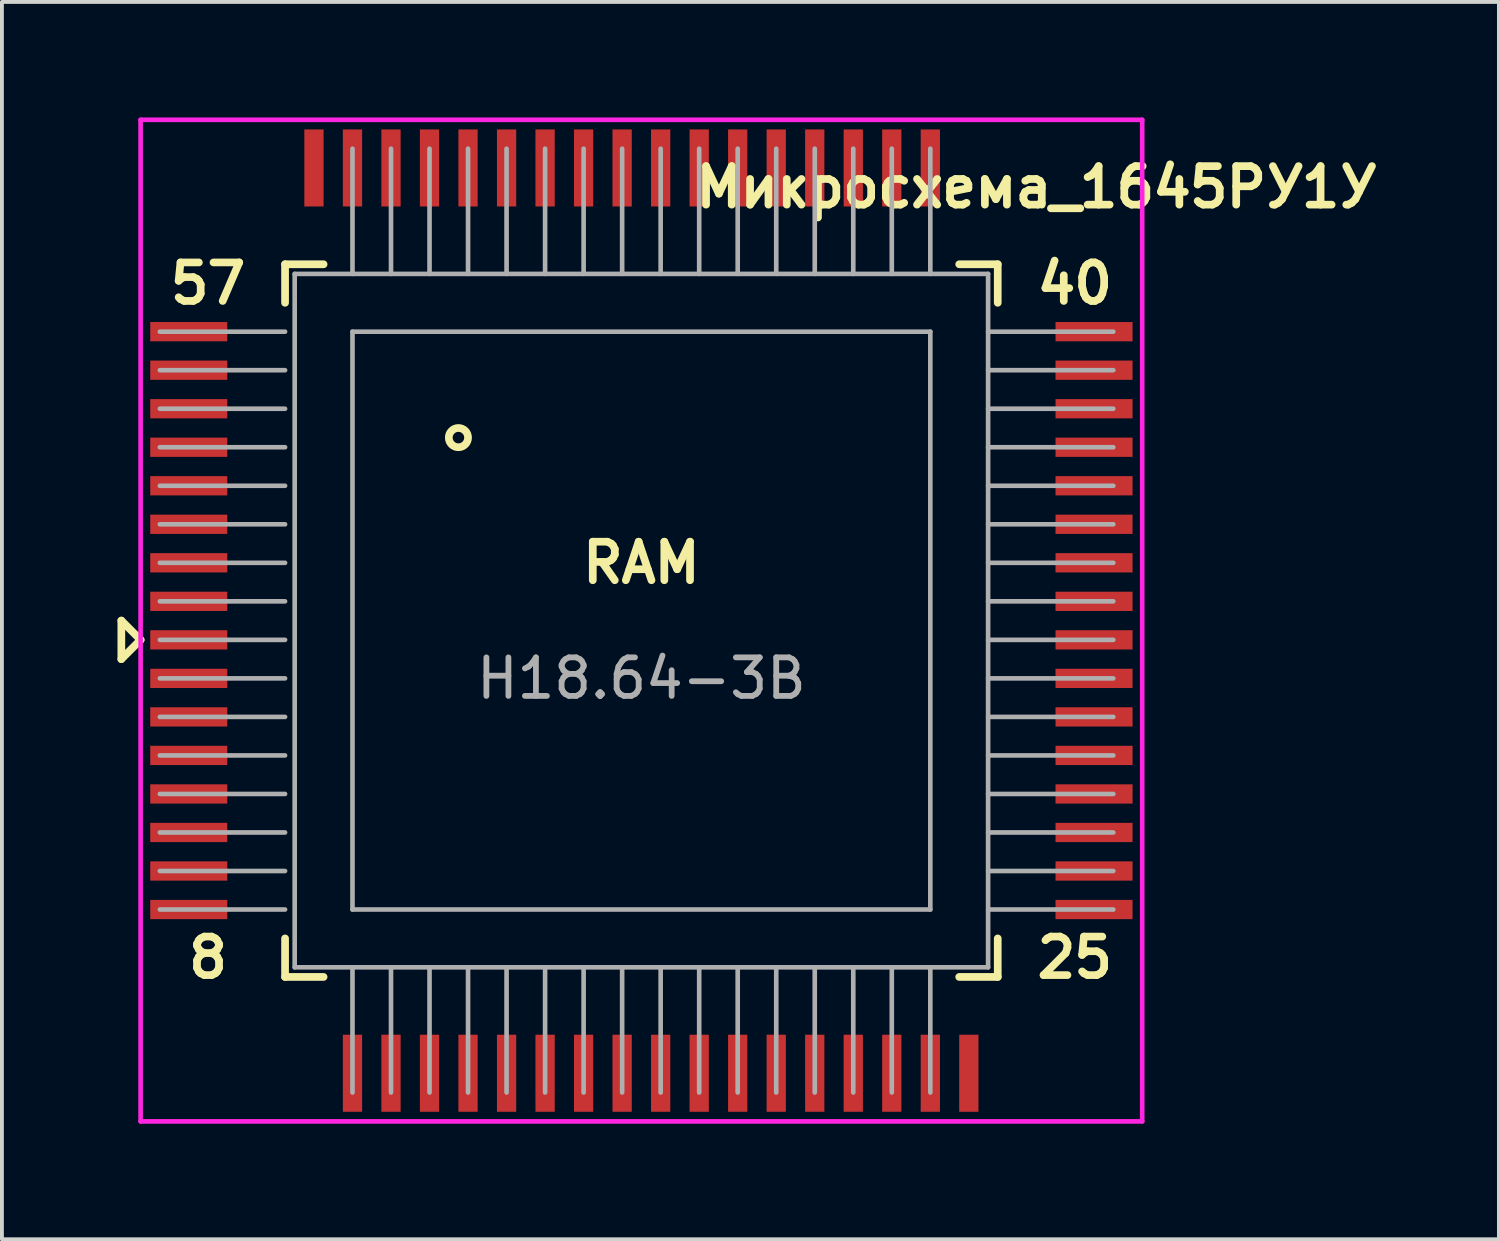
<source format=kicad_pcb>
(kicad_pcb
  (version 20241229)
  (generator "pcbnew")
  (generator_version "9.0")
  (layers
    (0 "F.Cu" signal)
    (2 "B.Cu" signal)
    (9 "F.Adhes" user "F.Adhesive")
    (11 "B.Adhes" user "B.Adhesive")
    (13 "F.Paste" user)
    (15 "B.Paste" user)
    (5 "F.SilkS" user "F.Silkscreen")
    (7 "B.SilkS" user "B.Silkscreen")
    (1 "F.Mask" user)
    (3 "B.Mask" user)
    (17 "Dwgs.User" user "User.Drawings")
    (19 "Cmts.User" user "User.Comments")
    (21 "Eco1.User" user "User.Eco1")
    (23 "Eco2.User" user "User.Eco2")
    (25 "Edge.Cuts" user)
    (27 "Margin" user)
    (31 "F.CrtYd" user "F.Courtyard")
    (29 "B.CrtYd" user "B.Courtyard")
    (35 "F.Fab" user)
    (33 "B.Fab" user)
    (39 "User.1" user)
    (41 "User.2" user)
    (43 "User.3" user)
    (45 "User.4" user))
  (footprint "Микросхема_1645РУ1У"
    (layer "F.Cu")
    (at 13.6 13.06)
    (property "Reference" "Микросхема_1645РУ1У" (at 10.25 -11.25 0) (layer "F.SilkS") (effects (font (size 1 1) (thickness 0.2))))
    (attr through_hole)
    (fp_line (start -13.5 1) (end -13.5 0) (stroke (width 0.2) (type solid)) (layer "F.SilkS"))
    (fp_line (start -13 0.5) (end -13.5 0) (stroke (width 0.2) (type solid)) (layer "F.SilkS"))
    (fp_line (start -13 0.5) (end -13.5 1) (stroke (width 0.2) (type solid)) (layer "F.SilkS"))
    (fp_line (start -9.25 -9.25) (end -8.25 -9.25) (stroke (width 0.2) (type solid)) (layer "F.SilkS"))
    (fp_line (start -9.25 -8.25) (end -9.25 -9.25) (stroke (width 0.2) (type solid)) (layer "F.SilkS"))
    (fp_line (start -9.25 9.25) (end -9.25 8.25) (stroke (width 0.2) (type solid)) (layer "F.SilkS"))
    (fp_line (start -9.25 9.25) (end -8.25 9.25) (stroke (width 0.2) (type solid)) (layer "F.SilkS"))
    (fp_line (start 9.25 -9.25) (end 8.25 -9.25) (stroke (width 0.2) (type solid)) (layer "F.SilkS"))
    (fp_line (start 9.25 -9.25) (end 9.25 -8.25) (stroke (width 0.2) (type solid)) (layer "F.SilkS"))
    (fp_line (start 9.25 9.25) (end 8.25 9.25) (stroke (width 0.2) (type solid)) (layer "F.SilkS"))
    (fp_line (start 9.25 9.25) (end 9.25 8.25) (stroke (width 0.2) (type solid)) (layer "F.SilkS"))
    (fp_circle (center -4.75 -4.75) (end -4.5 -4.75) (stroke (width 0.2) (type solid)) (fill no) (layer "F.SilkS"))
    (fp_line (start -13 -13) (end 13 -13) (stroke (width 0.12) (type solid)) (layer "F.CrtYd"))
    (fp_line (start -13 13) (end -13 -13) (stroke (width 0.12) (type solid)) (layer "F.CrtYd"))
    (fp_line (start 13 -13) (end 13 13) (stroke (width 0.12) (type solid)) (layer "F.CrtYd"))
    (fp_line (start 13 13) (end -13 13) (stroke (width 0.12) (type solid)) (layer "F.CrtYd"))
    (fp_line (start -12.5 -7.5) (end -9.25 -7.5) (stroke (width 0.12) (type solid)) (layer "F.Fab"))
    (fp_line (start -12.5 -6.5) (end -9.25 -6.5) (stroke (width 0.12) (type solid)) (layer "F.Fab"))
    (fp_line (start -12.5 -5.5) (end -9.25 -5.5) (stroke (width 0.12) (type solid)) (layer "F.Fab"))
    (fp_line (start -12.5 -4.5) (end -9.25 -4.5) (stroke (width 0.12) (type solid)) (layer "F.Fab"))
    (fp_line (start -12.5 -3.5) (end -9.25 -3.5) (stroke (width 0.12) (type solid)) (layer "F.Fab"))
    (fp_line (start -12.5 -2.5) (end -9.25 -2.5) (stroke (width 0.12) (type solid)) (layer "F.Fab"))
    (fp_line (start -12.5 -1.5) (end -9.25 -1.5) (stroke (width 0.12) (type solid)) (layer "F.Fab"))
    (fp_line (start -12.5 -0.5) (end -9.25 -0.5) (stroke (width 0.12) (type solid)) (layer "F.Fab"))
    (fp_line (start -12.5 0.5) (end -9.25 0.5) (stroke (width 0.12) (type solid)) (layer "F.Fab"))
    (fp_line (start -12.5 1.5) (end -9.25 1.5) (stroke (width 0.12) (type solid)) (layer "F.Fab"))
    (fp_line (start -12.5 2.5) (end -9.25 2.5) (stroke (width 0.12) (type solid)) (layer "F.Fab"))
    (fp_line (start -12.5 3.5) (end -9.25 3.5) (stroke (width 0.12) (type solid)) (layer "F.Fab"))
    (fp_line (start -12.5 4.5) (end -9.25 4.5) (stroke (width 0.12) (type solid)) (layer "F.Fab"))
    (fp_line (start -12.5 5.5) (end -9.25 5.5) (stroke (width 0.12) (type solid)) (layer "F.Fab"))
    (fp_line (start -12.5 6.5) (end -9.25 6.5) (stroke (width 0.12) (type solid)) (layer "F.Fab"))
    (fp_line (start -12.5 7.5) (end -9.25 7.5) (stroke (width 0.12) (type solid)) (layer "F.Fab"))
    (fp_line (start -9 -9) (end 9 -9) (stroke (width 0.12) (type solid)) (layer "F.Fab"))
    (fp_line (start -9 9) (end -9 -9) (stroke (width 0.12) (type solid)) (layer "F.Fab"))
    (fp_line (start -7.5 -12.25) (end -7.5 -9) (stroke (width 0.12) (type solid)) (layer "F.Fab"))
    (fp_line (start -7.5 -7.5) (end 7.5 -7.5) (stroke (width 0.12) (type solid)) (layer "F.Fab"))
    (fp_line (start -7.5 7.5) (end -7.5 -7.5) (stroke (width 0.12) (type solid)) (layer "F.Fab"))
    (fp_line (start -7.5 12.25) (end -7.5 9) (stroke (width 0.12) (type solid)) (layer "F.Fab"))
    (fp_line (start -6.5 -12.25) (end -6.5 -9) (stroke (width 0.12) (type solid)) (layer "F.Fab"))
    (fp_line (start -6.5 12.25) (end -6.5 9) (stroke (width 0.12) (type solid)) (layer "F.Fab"))
    (fp_line (start -5.5 -12.25) (end -5.5 -9) (stroke (width 0.12) (type solid)) (layer "F.Fab"))
    (fp_line (start -5.5 12.25) (end -5.5 9) (stroke (width 0.12) (type solid)) (layer "F.Fab"))
    (fp_line (start -4.5 -12.25) (end -4.5 -9) (stroke (width 0.12) (type solid)) (layer "F.Fab"))
    (fp_line (start -4.5 12.25) (end -4.5 9) (stroke (width 0.12) (type solid)) (layer "F.Fab"))
    (fp_line (start -3.5 -12.25) (end -3.5 -9) (stroke (width 0.12) (type solid)) (layer "F.Fab"))
    (fp_line (start -3.5 12.25) (end -3.5 9) (stroke (width 0.12) (type solid)) (layer "F.Fab"))
    (fp_line (start -2.5 -12.25) (end -2.5 -9) (stroke (width 0.12) (type solid)) (layer "F.Fab"))
    (fp_line (start -2.5 12.25) (end -2.5 9) (stroke (width 0.12) (type solid)) (layer "F.Fab"))
    (fp_line (start -1.5 -12.25) (end -1.5 -9) (stroke (width 0.12) (type solid)) (layer "F.Fab"))
    (fp_line (start -1.5 12.25) (end -1.5 9) (stroke (width 0.12) (type solid)) (layer "F.Fab"))
    (fp_line (start -0.5 -12.25) (end -0.5 -9) (stroke (width 0.12) (type solid)) (layer "F.Fab"))
    (fp_line (start -0.5 12.25) (end -0.5 9) (stroke (width 0.12) (type solid)) (layer "F.Fab"))
    (fp_line (start 0.5 -12.25) (end 0.5 -9) (stroke (width 0.12) (type solid)) (layer "F.Fab"))
    (fp_line (start 0.5 12.25) (end 0.5 9) (stroke (width 0.12) (type solid)) (layer "F.Fab"))
    (fp_line (start 1.5 -12.25) (end 1.5 -9) (stroke (width 0.12) (type solid)) (layer "F.Fab"))
    (fp_line (start 1.5 12.25) (end 1.5 9) (stroke (width 0.12) (type solid)) (layer "F.Fab"))
    (fp_line (start 2.5 -12.25) (end 2.5 -9) (stroke (width 0.12) (type solid)) (layer "F.Fab"))
    (fp_line (start 2.5 12.25) (end 2.5 9) (stroke (width 0.12) (type solid)) (layer "F.Fab"))
    (fp_line (start 3.5 -12.25) (end 3.5 -9) (stroke (width 0.12) (type solid)) (layer "F.Fab"))
    (fp_line (start 3.5 12.25) (end 3.5 9) (stroke (width 0.12) (type solid)) (layer "F.Fab"))
    (fp_line (start 4.5 -12.25) (end 4.5 -9) (stroke (width 0.12) (type solid)) (layer "F.Fab"))
    (fp_line (start 4.5 12.25) (end 4.5 9) (stroke (width 0.12) (type solid)) (layer "F.Fab"))
    (fp_line (start 5.5 -12.25) (end 5.5 -9) (stroke (width 0.12) (type solid)) (layer "F.Fab"))
    (fp_line (start 5.5 12.25) (end 5.5 9) (stroke (width 0.12) (type solid)) (layer "F.Fab"))
    (fp_line (start 6.5 -12.25) (end 6.5 -9) (stroke (width 0.12) (type solid)) (layer "F.Fab"))
    (fp_line (start 6.5 12.25) (end 6.5 9) (stroke (width 0.12) (type solid)) (layer "F.Fab"))
    (fp_line (start 7.5 -12.25) (end 7.5 -9) (stroke (width 0.12) (type solid)) (layer "F.Fab"))
    (fp_line (start 7.5 -7.5) (end 7.5 7.5) (stroke (width 0.12) (type solid)) (layer "F.Fab"))
    (fp_line (start 7.5 7.5) (end -7.5 7.5) (stroke (width 0.12) (type solid)) (layer "F.Fab"))
    (fp_line (start 7.5 12.25) (end 7.5 9) (stroke (width 0.12) (type solid)) (layer "F.Fab"))
    (fp_line (start 9 -9) (end 9 9) (stroke (width 0.12) (type solid)) (layer "F.Fab"))
    (fp_line (start 9 9) (end -9 9) (stroke (width 0.12) (type solid)) (layer "F.Fab"))
    (fp_line (start 12.25 -7.5) (end 9 -7.5) (stroke (width 0.12) (type solid)) (layer "F.Fab"))
    (fp_line (start 12.25 -6.5) (end 9 -6.5) (stroke (width 0.12) (type solid)) (layer "F.Fab"))
    (fp_line (start 12.25 -5.5) (end 9 -5.5) (stroke (width 0.12) (type solid)) (layer "F.Fab"))
    (fp_line (start 12.25 -4.5) (end 9 -4.5) (stroke (width 0.12) (type solid)) (layer "F.Fab"))
    (fp_line (start 12.25 -3.5) (end 9 -3.5) (stroke (width 0.12) (type solid)) (layer "F.Fab"))
    (fp_line (start 12.25 -2.5) (end 9 -2.5) (stroke (width 0.12) (type solid)) (layer "F.Fab"))
    (fp_line (start 12.25 -1.5) (end 9 -1.5) (stroke (width 0.12) (type solid)) (layer "F.Fab"))
    (fp_line (start 12.25 -0.5) (end 9 -0.5) (stroke (width 0.12) (type solid)) (layer "F.Fab"))
    (fp_line (start 12.25 0.5) (end 9 0.5) (stroke (width 0.12) (type solid)) (layer "F.Fab"))
    (fp_line (start 12.25 1.5) (end 9 1.5) (stroke (width 0.12) (type solid)) (layer "F.Fab"))
    (fp_line (start 12.25 2.5) (end 9 2.5) (stroke (width 0.12) (type solid)) (layer "F.Fab"))
    (fp_line (start 12.25 3.5) (end 9 3.5) (stroke (width 0.12) (type solid)) (layer "F.Fab"))
    (fp_line (start 12.25 4.5) (end 9 4.5) (stroke (width 0.12) (type solid)) (layer "F.Fab"))
    (fp_line (start 12.25 5.5) (end 9 5.5) (stroke (width 0.12) (type solid)) (layer "F.Fab"))
    (fp_line (start 12.25 6.5) (end 9 6.5) (stroke (width 0.12) (type solid)) (layer "F.Fab"))
    (fp_line (start 12.25 7.5) (end 9 7.5) (stroke (width 0.12) (type solid)) (layer "F.Fab"))
    (fp_text user "57" (at -11.25 -8.75 0) (layer "F.SilkS") (effects (font (size 1 1) (thickness 0.2))))
    (fp_text user "8" (at -11.25 8.75 0) (layer "F.SilkS") (effects (font (size 1 1) (thickness 0.2))))
    (fp_text user "40" (at 11.25 -8.75 0) (layer "F.SilkS") (effects (font (size 1 1) (thickness 0.2))))
    (fp_text user "RAM" (at 0 -1.5 0) (layer "F.SilkS") (effects (font (size 1 1) (thickness 0.2))))
    (fp_text user "25" (at 11.25 8.75 0) (layer "F.SilkS") (effects (font (size 1 1) (thickness 0.2))))
    (fp_text user "H18.64-3B" (at 0 1.5 0) (layer "F.Fab") (effects (font (size 1 1) (thickness 0.15))))
    (pad "1" smd rect (at -11.75 0.5) (size 2 0.5) (layers "F.Cu" "F.Mask" "F.Paste"))
    (pad "2" smd rect (at -11.75 1.5) (size 2 0.5) (layers "F.Cu" "F.Mask" "F.Paste"))
    (pad "3" smd rect (at -11.75 2.5) (size 2 0.5) (layers "F.Cu" "F.Mask" "F.Paste"))
    (pad "4" smd rect (at -11.75 3.5) (size 2 0.5) (layers "F.Cu" "F.Mask" "F.Paste"))
    (pad "5" smd rect (at -11.75 4.5) (size 2 0.5) (layers "F.Cu" "F.Mask" "F.Paste"))
    (pad "6" smd rect (at -11.75 5.5) (size 2 0.5) (layers "F.Cu" "F.Mask" "F.Paste"))
    (pad "7" smd rect (at -11.75 6.5) (size 2 0.5) (layers "F.Cu" "F.Mask" "F.Paste"))
    (pad "8" smd rect (at -11.75 7.5) (size 2 0.5) (layers "F.Cu" "F.Mask" "F.Paste"))
    (pad "9" smd rect (at -7.5 11.75) (size 0.5 2) (layers "F.Cu" "F.Mask" "F.Paste"))
    (pad "10" smd rect (at -6.5 11.75) (size 0.5 2) (layers "F.Cu" "F.Mask" "F.Paste"))
    (pad "11" smd rect (at -5.5 11.75) (size 0.5 2) (layers "F.Cu" "F.Mask" "F.Paste"))
    (pad "12" smd rect (at -4.5 11.75) (size 0.5 2) (layers "F.Cu" "F.Mask" "F.Paste"))
    (pad "13" smd rect (at -3.5 11.75) (size 0.5 2) (layers "F.Cu" "F.Mask" "F.Paste"))
    (pad "14" smd rect (at -2.5 11.75) (size 0.5 2) (layers "F.Cu" "F.Mask" "F.Paste"))
    (pad "15" smd rect (at -1.5 11.75) (size 0.5 2) (layers "F.Cu" "F.Mask" "F.Paste"))
    (pad "16" smd rect (at -0.5 11.75) (size 0.5 2) (layers "F.Cu" "F.Mask" "F.Paste"))
    (pad "17" smd rect (at 0.5 11.75) (size 0.5 2) (layers "F.Cu" "F.Mask" "F.Paste"))
    (pad "18" smd rect (at 1.5 11.75) (size 0.5 2) (layers "F.Cu" "F.Mask" "F.Paste"))
    (pad "19" smd rect (at 2.5 11.75) (size 0.5 2) (layers "F.Cu" "F.Mask" "F.Paste"))
    (pad "20" smd rect (at 3.5 11.75) (size 0.5 2) (layers "F.Cu" "F.Mask" "F.Paste"))
    (pad "21" smd rect (at 4.5 11.75) (size 0.5 2) (layers "F.Cu" "F.Mask" "F.Paste"))
    (pad "22" smd rect (at 5.5 11.75) (size 0.5 2) (layers "F.Cu" "F.Mask" "F.Paste"))
    (pad "23" smd rect (at 6.5 11.75) (size 0.5 2) (layers "F.Cu" "F.Mask" "F.Paste"))
    (pad "24" smd rect (at 7.5 11.75) (size 0.5 2) (layers "F.Cu" "F.Mask" "F.Paste"))
    (pad "25" smd rect (at 11.75 7.5) (size 2 0.5) (layers "F.Cu" "F.Mask" "F.Paste"))
    (pad "26" smd rect (at 11.75 6.5) (size 2 0.5) (layers "F.Cu" "F.Mask" "F.Paste"))
    (pad "27" smd rect (at 11.75 5.5) (size 2 0.5) (layers "F.Cu" "F.Mask" "F.Paste"))
    (pad "28" smd rect (at 11.75 4.5) (size 2 0.5) (layers "F.Cu" "F.Mask" "F.Paste"))
    (pad "29" smd rect (at 11.75 3.5) (size 2 0.5) (layers "F.Cu" "F.Mask" "F.Paste"))
    (pad "30" smd rect (at 11.75 2.5) (size 2 0.5) (layers "F.Cu" "F.Mask" "F.Paste"))
    (pad "31" smd rect (at 11.75 1.5) (size 2 0.5) (layers "F.Cu" "F.Mask" "F.Paste"))
    (pad "32" smd rect (at 11.75 0.5) (size 2 0.5) (layers "F.Cu" "F.Mask" "F.Paste"))
    (pad "33" smd rect (at 11.75 -0.5) (size 2 0.5) (layers "F.Cu" "F.Mask" "F.Paste"))
    (pad "34" smd rect (at 11.75 -1.5) (size 2 0.5) (layers "F.Cu" "F.Mask" "F.Paste"))
    (pad "35" smd rect (at 11.75 -2.5) (size 2 0.5) (layers "F.Cu" "F.Mask" "F.Paste"))
    (pad "36" smd rect (at 11.75 -3.5) (size 2 0.5) (layers "F.Cu" "F.Mask" "F.Paste"))
    (pad "37" smd rect (at 11.75 -4.5) (size 2 0.5) (layers "F.Cu" "F.Mask" "F.Paste"))
    (pad "38" smd rect (at 11.75 -5.5) (size 2 0.5) (layers "F.Cu" "F.Mask" "F.Paste"))
    (pad "39" smd rect (at 11.75 -6.5) (size 2 0.5) (layers "F.Cu" "F.Mask" "F.Paste"))
    (pad "40" smd rect (at 11.75 -7.5) (size 2 0.5) (layers "F.Cu" "F.Mask" "F.Paste"))
    (pad "41" smd rect (at 7.5 -11.75) (size 0.5 2) (layers "F.Cu" "F.Mask" "F.Paste"))
    (pad "42" smd rect (at 6.5 -11.75) (size 0.5 2) (layers "F.Cu" "F.Mask" "F.Paste"))
    (pad "43" smd rect (at 5.5 -11.75) (size 0.5 2) (layers "F.Cu" "F.Mask" "F.Paste"))
    (pad "44" smd rect (at 4.5 -11.75) (size 0.5 2) (layers "F.Cu" "F.Mask" "F.Paste"))
    (pad "45" smd rect (at 3.5 -11.75) (size 0.5 2) (layers "F.Cu" "F.Mask" "F.Paste"))
    (pad "46" smd rect (at 2.5 -11.75) (size 0.5 2) (layers "F.Cu" "F.Mask" "F.Paste"))
    (pad "47" smd rect (at 1.5 -11.75) (size 0.5 2) (layers "F.Cu" "F.Mask" "F.Paste"))
    (pad "48" smd rect (at 0.5 -11.75) (size 0.5 2) (layers "F.Cu" "F.Mask" "F.Paste"))
    (pad "49" smd rect (at -0.5 -11.75) (size 0.5 2) (layers "F.Cu" "F.Mask" "F.Paste"))
    (pad "50" smd rect (at -1.5 -11.75) (size 0.5 2) (layers "F.Cu" "F.Mask" "F.Paste"))
    (pad "51" smd rect (at -2.5 -11.75) (size 0.5 2) (layers "F.Cu" "F.Mask" "F.Paste"))
    (pad "52" smd rect (at -3.5 -11.75) (size 0.5 2) (layers "F.Cu" "F.Mask" "F.Paste"))
    (pad "53" smd rect (at -4.5 -11.75) (size 0.5 2) (layers "F.Cu" "F.Mask" "F.Paste"))
    (pad "54" smd rect (at -5.5 -11.75) (size 0.5 2) (layers "F.Cu" "F.Mask" "F.Paste"))
    (pad "55" smd rect (at -6.5 -11.75) (size 0.5 2) (layers "F.Cu" "F.Mask" "F.Paste"))
    (pad "56" smd rect (at -7.5 -11.75) (size 0.5 2) (layers "F.Cu" "F.Mask" "F.Paste"))
    (pad "57" smd rect (at -11.75 -7.5) (size 2 0.5) (layers "F.Cu" "F.Mask" "F.Paste"))
    (pad "58" smd rect (at -11.75 -6.5) (size 2 0.5) (layers "F.Cu" "F.Mask" "F.Paste"))
    (pad "59" smd rect (at -11.75 -5.5) (size 2 0.5) (layers "F.Cu" "F.Mask" "F.Paste"))
    (pad "60" smd rect (at -11.75 -4.5) (size 2 0.5) (layers "F.Cu" "F.Mask" "F.Paste"))
    (pad "61" smd rect (at -11.75 -3.5) (size 2 0.5) (layers "F.Cu" "F.Mask" "F.Paste"))
    (pad "62" smd rect (at -11.75 -2.5) (size 2 0.5) (layers "F.Cu" "F.Mask" "F.Paste"))
    (pad "63" smd rect (at -11.75 -1.5) (size 2 0.5) (layers "F.Cu" "F.Mask" "F.Paste"))
    (pad "64" smd rect (at -11.75 -0.5) (size 2 0.5) (layers "F.Cu" "F.Mask" "F.Paste"))
    (pad "TP1" smd rect (at -8.5 -11.75) (size 0.5 2) (layers "F.Cu" "F.Mask" "F.Paste"))
    (pad "TP2" smd rect (at 8.5 11.75) (size 0.5 2) (layers "F.Cu" "F.Mask" "F.Paste")))
  (gr_rect
    (start -3 -3)
    (end 35.86 29.12)
    (stroke (width 0.1) (type default))
    (fill no)
    (layer "Edge.Cuts")))
</source>
